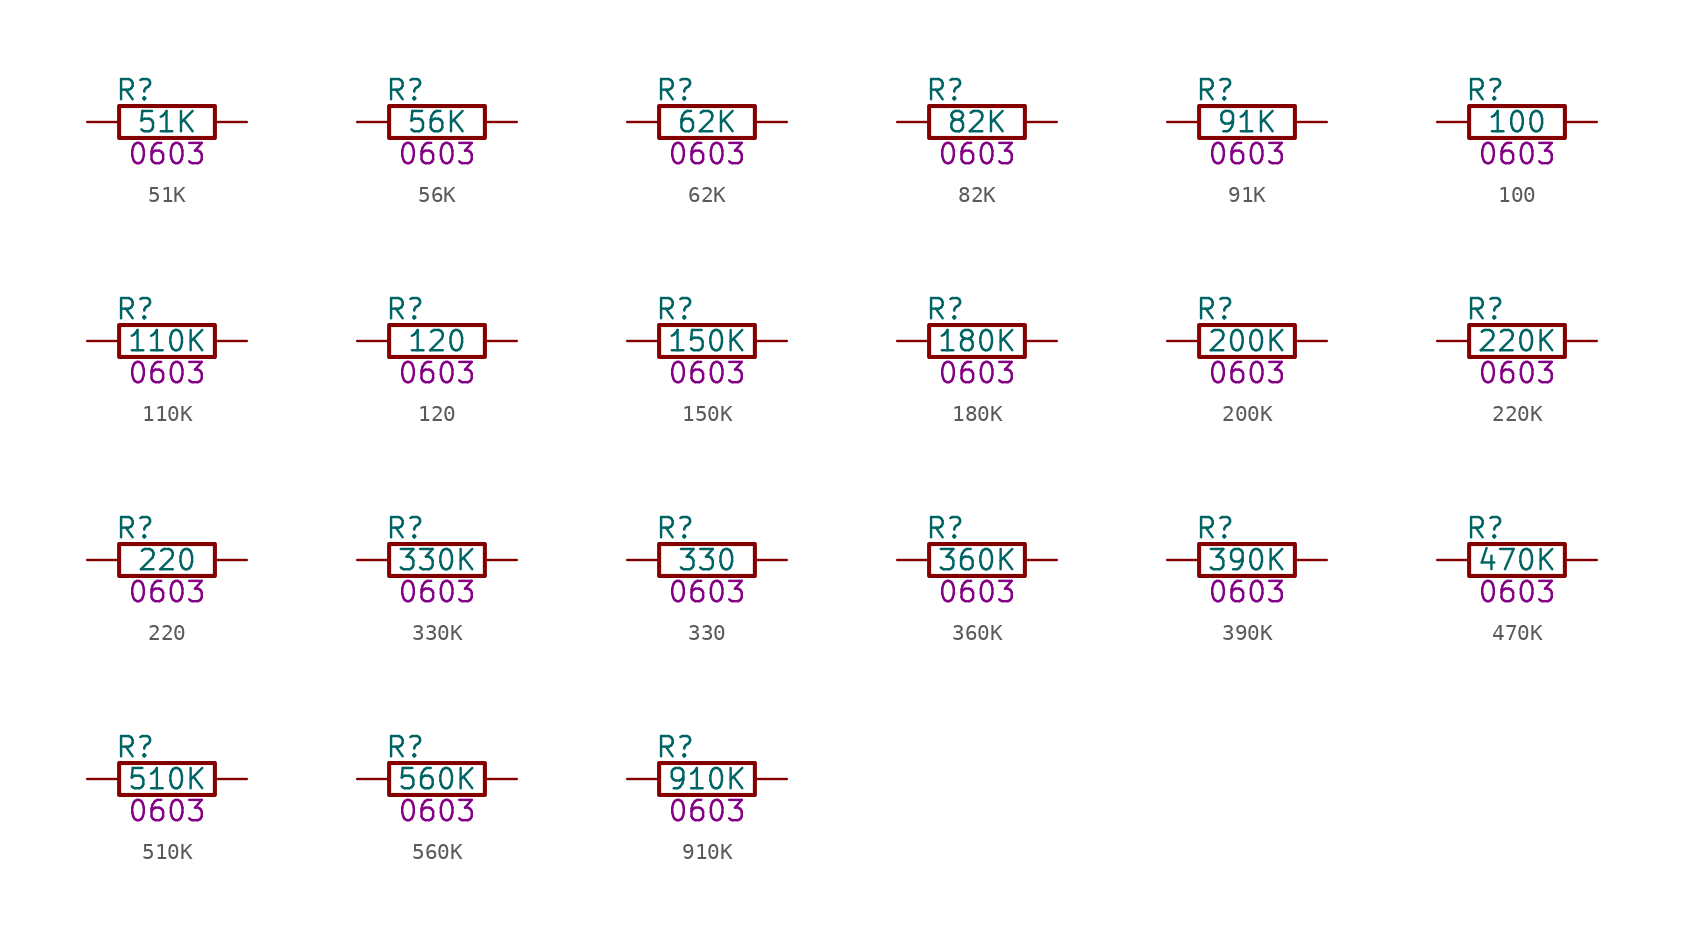
<source format=kicad_sym>
(kicad_symbol_lib
  (version 20211014)
  (generator kicad_symbol_editor)
  (symbol "51K"
    (pin_numbers hide)
    (pin_names hide)
    (property "Reference" "R"
      (at -2 1 0)
      (effects (font (size 1.27 1.27))))
    (property "Value" "51K"
      (at 0 -1 0)
      (effects (font (size 1.27 1.27))))
    (property "Size" "0603"
      (at 0 -3 0)
      (effects (font (size 1.27 1.27))))
    (symbol "51K_0_1"
      (rectangle (start -3 0) (end 3 -2) (stroke (width 0.254) (type default) (color 0 0 0 0)) (fill (type none))))
    (symbol "51K_1_1"
      (pin passive line (at -5 -1 0) (length 2) (name "~" (effects (font (size 1.27 1.27)))) (number "1" (effects (font (size 1.27 1.27)))))
      (pin passive line (at 5 -1 180) (length 2) (name "~" (effects (font (size 1.27 1.27)))) (number "2" (effects (font (size 1.27 1.27)))))))
  (symbol "56K"
    (pin_numbers hide)
    (pin_names hide)
    (property "Reference" "R"
      (at -2 1 0)
      (effects (font (size 1.27 1.27))))
    (property "Value" "56K"
      (at 0 -1 0)
      (effects (font (size 1.27 1.27))))
    (property "Size" "0603"
      (at 0 -3 0)
      (effects (font (size 1.27 1.27))))
    (symbol "56K_0_1"
      (rectangle (start -3 0) (end 3 -2) (stroke (width 0.254) (type default) (color 0 0 0 0)) (fill (type none))))
    (symbol "56K_1_1"
      (pin passive line (at -5 -1 0) (length 2) (name "~" (effects (font (size 1.27 1.27)))) (number "1" (effects (font (size 1.27 1.27)))))
      (pin passive line (at 5 -1 180) (length 2) (name "~" (effects (font (size 1.27 1.27)))) (number "2" (effects (font (size 1.27 1.27)))))))
  (symbol "62K"
    (pin_numbers hide)
    (pin_names hide)
    (property "Reference" "R"
      (at -2 1 0)
      (effects (font (size 1.27 1.27))))
    (property "Value" "62K"
      (at 0 -1 0)
      (effects (font (size 1.27 1.27))))
    (property "Size" "0603"
      (at 0 -3 0)
      (effects (font (size 1.27 1.27))))
    (symbol "62K_0_1"
      (rectangle (start -3 0) (end 3 -2) (stroke (width 0.254) (type default) (color 0 0 0 0)) (fill (type none))))
    (symbol "62K_1_1"
      (pin passive line (at -5 -1 0) (length 2) (name "~" (effects (font (size 1.27 1.27)))) (number "1" (effects (font (size 1.27 1.27)))))
      (pin passive line (at 5 -1 180) (length 2) (name "~" (effects (font (size 1.27 1.27)))) (number "2" (effects (font (size 1.27 1.27)))))))
  (symbol "82K"
    (pin_numbers hide)
    (pin_names hide)
    (property "Reference" "R"
      (at -2 1 0)
      (effects (font (size 1.27 1.27))))
    (property "Value" "82K"
      (at 0 -1 0)
      (effects (font (size 1.27 1.27))))
    (property "Size" "0603"
      (at 0 -3 0)
      (effects (font (size 1.27 1.27))))
    (symbol "82K_0_1"
      (rectangle (start -3 0) (end 3 -2) (stroke (width 0.254) (type default) (color 0 0 0 0)) (fill (type none))))
    (symbol "82K_1_1"
      (pin passive line (at -5 -1 0) (length 2) (name "~" (effects (font (size 1.27 1.27)))) (number "1" (effects (font (size 1.27 1.27)))))
      (pin passive line (at 5 -1 180) (length 2) (name "~" (effects (font (size 1.27 1.27)))) (number "2" (effects (font (size 1.27 1.27)))))))
  (symbol "91K"
    (pin_numbers hide)
    (pin_names hide)
    (property "Reference" "R"
      (at -2 1 0)
      (effects (font (size 1.27 1.27))))
    (property "Value" "91K"
      (at 0 -1 0)
      (effects (font (size 1.27 1.27))))
    (property "Size" "0603"
      (at 0 -3 0)
      (effects (font (size 1.27 1.27))))
    (symbol "91K_0_1"
      (rectangle (start -3 0) (end 3 -2) (stroke (width 0.254) (type default) (color 0 0 0 0)) (fill (type none))))
    (symbol "91K_1_1"
      (pin passive line (at -5 -1 0) (length 2) (name "~" (effects (font (size 1.27 1.27)))) (number "1" (effects (font (size 1.27 1.27)))))
      (pin passive line (at 5 -1 180) (length 2) (name "~" (effects (font (size 1.27 1.27)))) (number "2" (effects (font (size 1.27 1.27)))))))
  (symbol "100"
    (pin_numbers hide)
    (pin_names hide)
    (property "Reference" "R"
      (at -2 1 0)
      (effects (font (size 1.27 1.27))))
    (property "Value" "100"
      (at 0 -1 0)
      (effects (font (size 1.27 1.27))))
    (property "Size" "0603"
      (at 0 -3 0)
      (effects (font (size 1.27 1.27))))
    (symbol "100_0_1"
      (rectangle (start -3 0) (end 3 -2) (stroke (width 0.254) (type default) (color 0 0 0 0)) (fill (type none))))
    (symbol "100_1_1"
      (pin passive line (at -5 -1 0) (length 2) (name "~" (effects (font (size 1.27 1.27)))) (number "1" (effects (font (size 1.27 1.27)))))
      (pin passive line (at 5 -1 180) (length 2) (name "~" (effects (font (size 1.27 1.27)))) (number "2" (effects (font (size 1.27 1.27)))))))
  (symbol "110K"
    (pin_numbers hide)
    (pin_names hide)
    (property "Reference" "R"
      (at -2 1 0)
      (effects (font (size 1.27 1.27))))
    (property "Value" "110K"
      (at 0 -1 0)
      (effects (font (size 1.27 1.27))))
    (property "Size" "0603"
      (at 0 -3 0)
      (effects (font (size 1.27 1.27))))
    (symbol "110K_0_1"
      (rectangle (start -3 0) (end 3 -2) (stroke (width 0.254) (type default) (color 0 0 0 0)) (fill (type none))))
    (symbol "110K_1_1"
      (pin passive line (at -5 -1 0) (length 2) (name "~" (effects (font (size 1.27 1.27)))) (number "1" (effects (font (size 1.27 1.27)))))
      (pin passive line (at 5 -1 180) (length 2) (name "~" (effects (font (size 1.27 1.27)))) (number "2" (effects (font (size 1.27 1.27)))))))
  (symbol "120"
    (pin_numbers hide)
    (pin_names hide)
    (property "Reference" "R"
      (at -2 1 0)
      (effects (font (size 1.27 1.27))))
    (property "Value" "120"
      (at 0 -1 0)
      (effects (font (size 1.27 1.27))))
    (property "Size" "0603"
      (at 0 -3 0)
      (effects (font (size 1.27 1.27))))
    (symbol "120_0_1"
      (rectangle (start -3 0) (end 3 -2) (stroke (width 0.254) (type default) (color 0 0 0 0)) (fill (type none))))
    (symbol "120_1_1"
      (pin passive line (at -5 -1 0) (length 2) (name "~" (effects (font (size 1.27 1.27)))) (number "1" (effects (font (size 1.27 1.27)))))
      (pin passive line (at 5 -1 180) (length 2) (name "~" (effects (font (size 1.27 1.27)))) (number "2" (effects (font (size 1.27 1.27)))))))
  (symbol "150K"
    (pin_numbers hide)
    (pin_names hide)
    (property "Reference" "R"
      (at -2 1 0)
      (effects (font (size 1.27 1.27))))
    (property "Value" "150K"
      (at 0 -1 0)
      (effects (font (size 1.27 1.27))))
    (property "Size" "0603"
      (at 0 -3 0)
      (effects (font (size 1.27 1.27))))
    (symbol "150K_0_1"
      (rectangle (start -3 0) (end 3 -2) (stroke (width 0.254) (type default) (color 0 0 0 0)) (fill (type none))))
    (symbol "150K_1_1"
      (pin passive line (at -5 -1 0) (length 2) (name "~" (effects (font (size 1.27 1.27)))) (number "1" (effects (font (size 1.27 1.27)))))
      (pin passive line (at 5 -1 180) (length 2) (name "~" (effects (font (size 1.27 1.27)))) (number "2" (effects (font (size 1.27 1.27)))))))
  (symbol "180K"
    (pin_numbers hide)
    (pin_names hide)
    (property "Reference" "R"
      (at -2 1 0)
      (effects (font (size 1.27 1.27))))
    (property "Value" "180K"
      (at 0 -1 0)
      (effects (font (size 1.27 1.27))))
    (property "Size" "0603"
      (at 0 -3 0)
      (effects (font (size 1.27 1.27))))
    (symbol "180K_0_1"
      (rectangle (start -3 0) (end 3 -2) (stroke (width 0.254) (type default) (color 0 0 0 0)) (fill (type none))))
    (symbol "180K_1_1"
      (pin passive line (at -5 -1 0) (length 2) (name "~" (effects (font (size 1.27 1.27)))) (number "1" (effects (font (size 1.27 1.27)))))
      (pin passive line (at 5 -1 180) (length 2) (name "~" (effects (font (size 1.27 1.27)))) (number "2" (effects (font (size 1.27 1.27)))))))
  (symbol "200K"
    (pin_numbers hide)
    (pin_names hide)
    (property "Reference" "R"
      (at -2 1 0)
      (effects (font (size 1.27 1.27))))
    (property "Value" "200K"
      (at 0 -1 0)
      (effects (font (size 1.27 1.27))))
    (property "Size" "0603"
      (at 0 -3 0)
      (effects (font (size 1.27 1.27))))
    (symbol "200K_0_1"
      (rectangle (start -3 0) (end 3 -2) (stroke (width 0.254) (type default) (color 0 0 0 0)) (fill (type none))))
    (symbol "200K_1_1"
      (pin passive line (at -5 -1 0) (length 2) (name "~" (effects (font (size 1.27 1.27)))) (number "1" (effects (font (size 1.27 1.27)))))
      (pin passive line (at 5 -1 180) (length 2) (name "~" (effects (font (size 1.27 1.27)))) (number "2" (effects (font (size 1.27 1.27)))))))
  (symbol "220K"
    (pin_numbers hide)
    (pin_names hide)
    (property "Reference" "R"
      (at -2 1 0)
      (effects (font (size 1.27 1.27))))
    (property "Value" "220K"
      (at 0 -1 0)
      (effects (font (size 1.27 1.27))))
    (property "Size" "0603"
      (at 0 -3 0)
      (effects (font (size 1.27 1.27))))
    (symbol "220K_0_1"
      (rectangle (start -3 0) (end 3 -2) (stroke (width 0.254) (type default) (color 0 0 0 0)) (fill (type none))))
    (symbol "220K_1_1"
      (pin passive line (at -5 -1 0) (length 2) (name "~" (effects (font (size 1.27 1.27)))) (number "1" (effects (font (size 1.27 1.27)))))
      (pin passive line (at 5 -1 180) (length 2) (name "~" (effects (font (size 1.27 1.27)))) (number "2" (effects (font (size 1.27 1.27)))))))
  (symbol "220"
    (pin_numbers hide)
    (pin_names hide)
    (property "Reference" "R"
      (at -2 1 0)
      (effects (font (size 1.27 1.27))))
    (property "Value" "220"
      (at 0 -1 0)
      (effects (font (size 1.27 1.27))))
    (property "Size" "0603"
      (at 0 -3 0)
      (effects (font (size 1.27 1.27))))
    (symbol "220_0_1"
      (rectangle (start -3 0) (end 3 -2) (stroke (width 0.254) (type default) (color 0 0 0 0)) (fill (type none))))
    (symbol "220_1_1"
      (pin passive line (at -5 -1 0) (length 2) (name "~" (effects (font (size 1.27 1.27)))) (number "1" (effects (font (size 1.27 1.27)))))
      (pin passive line (at 5 -1 180) (length 2) (name "~" (effects (font (size 1.27 1.27)))) (number "2" (effects (font (size 1.27 1.27)))))))
  (symbol "330K"
    (pin_numbers hide)
    (pin_names hide)
    (property "Reference" "R"
      (at -2 1 0)
      (effects (font (size 1.27 1.27))))
    (property "Value" "330K"
      (at 0 -1 0)
      (effects (font (size 1.27 1.27))))
    (property "Size" "0603"
      (at 0 -3 0)
      (effects (font (size 1.27 1.27))))
    (symbol "330K_0_1"
      (rectangle (start -3 0) (end 3 -2) (stroke (width 0.254) (type default) (color 0 0 0 0)) (fill (type none))))
    (symbol "330K_1_1"
      (pin passive line (at -5 -1 0) (length 2) (name "~" (effects (font (size 1.27 1.27)))) (number "1" (effects (font (size 1.27 1.27)))))
      (pin passive line (at 5 -1 180) (length 2) (name "~" (effects (font (size 1.27 1.27)))) (number "2" (effects (font (size 1.27 1.27)))))))
  (symbol "330"
    (pin_numbers hide)
    (pin_names hide)
    (property "Reference" "R"
      (at -2 1 0)
      (effects (font (size 1.27 1.27))))
    (property "Value" "330"
      (at 0 -1 0)
      (effects (font (size 1.27 1.27))))
    (property "Size" "0603"
      (at 0 -3 0)
      (effects (font (size 1.27 1.27))))
    (symbol "330_0_1"
      (rectangle (start -3 0) (end 3 -2) (stroke (width 0.254) (type default) (color 0 0 0 0)) (fill (type none))))
    (symbol "330_1_1"
      (pin passive line (at -5 -1 0) (length 2) (name "~" (effects (font (size 1.27 1.27)))) (number "1" (effects (font (size 1.27 1.27)))))
      (pin passive line (at 5 -1 180) (length 2) (name "~" (effects (font (size 1.27 1.27)))) (number "2" (effects (font (size 1.27 1.27)))))))
  (symbol "360K"
    (pin_numbers hide)
    (pin_names hide)
    (property "Reference" "R"
      (at -2 1 0)
      (effects (font (size 1.27 1.27))))
    (property "Value" "360K"
      (at 0 -1 0)
      (effects (font (size 1.27 1.27))))
    (property "Size" "0603"
      (at 0 -3 0)
      (effects (font (size 1.27 1.27))))
    (symbol "360K_0_1"
      (rectangle (start -3 0) (end 3 -2) (stroke (width 0.254) (type default) (color 0 0 0 0)) (fill (type none))))
    (symbol "360K_1_1"
      (pin passive line (at -5 -1 0) (length 2) (name "~" (effects (font (size 1.27 1.27)))) (number "1" (effects (font (size 1.27 1.27)))))
      (pin passive line (at 5 -1 180) (length 2) (name "~" (effects (font (size 1.27 1.27)))) (number "2" (effects (font (size 1.27 1.27)))))))
  (symbol "390K"
    (pin_numbers hide)
    (pin_names hide)
    (property "Reference" "R"
      (at -2 1 0)
      (effects (font (size 1.27 1.27))))
    (property "Value" "390K"
      (at 0 -1 0)
      (effects (font (size 1.27 1.27))))
    (property "Size" "0603"
      (at 0 -3 0)
      (effects (font (size 1.27 1.27))))
    (symbol "390K_0_1"
      (rectangle (start -3 0) (end 3 -2) (stroke (width 0.254) (type default) (color 0 0 0 0)) (fill (type none))))
    (symbol "390K_1_1"
      (pin passive line (at -5 -1 0) (length 2) (name "~" (effects (font (size 1.27 1.27)))) (number "1" (effects (font (size 1.27 1.27)))))
      (pin passive line (at 5 -1 180) (length 2) (name "~" (effects (font (size 1.27 1.27)))) (number "2" (effects (font (size 1.27 1.27)))))))
  (symbol "470K"
    (pin_numbers hide)
    (pin_names hide)
    (property "Reference" "R"
      (at -2 1 0)
      (effects (font (size 1.27 1.27))))
    (property "Value" "470K"
      (at 0 -1 0)
      (effects (font (size 1.27 1.27))))
    (property "Size" "0603"
      (at 0 -3 0)
      (effects (font (size 1.27 1.27))))
    (symbol "470K_0_1"
      (rectangle (start -3 0) (end 3 -2) (stroke (width 0.254) (type default) (color 0 0 0 0)) (fill (type none))))
    (symbol "470K_1_1"
      (pin passive line (at -5 -1 0) (length 2) (name "~" (effects (font (size 1.27 1.27)))) (number "1" (effects (font (size 1.27 1.27)))))
      (pin passive line (at 5 -1 180) (length 2) (name "~" (effects (font (size 1.27 1.27)))) (number "2" (effects (font (size 1.27 1.27)))))))
  (symbol "510K"
    (pin_numbers hide)
    (pin_names hide)
    (property "Reference" "R"
      (at -2 1 0)
      (effects (font (size 1.27 1.27))))
    (property "Value" "510K"
      (at 0 -1 0)
      (effects (font (size 1.27 1.27))))
    (property "Size" "0603"
      (at 0 -3 0)
      (effects (font (size 1.27 1.27))))
    (symbol "510K_0_1"
      (rectangle (start -3 0) (end 3 -2) (stroke (width 0.254) (type default) (color 0 0 0 0)) (fill (type none))))
    (symbol "510K_1_1"
      (pin passive line (at -5 -1 0) (length 2) (name "~" (effects (font (size 1.27 1.27)))) (number "1" (effects (font (size 1.27 1.27)))))
      (pin passive line (at 5 -1 180) (length 2) (name "~" (effects (font (size 1.27 1.27)))) (number "2" (effects (font (size 1.27 1.27)))))))
  (symbol "560K"
    (pin_numbers hide)
    (pin_names hide)
    (property "Reference" "R"
      (at -2 1 0)
      (effects (font (size 1.27 1.27))))
    (property "Value" "560K"
      (at 0 -1 0)
      (effects (font (size 1.27 1.27))))
    (property "Size" "0603"
      (at 0 -3 0)
      (effects (font (size 1.27 1.27))))
    (symbol "560K_0_1"
      (rectangle (start -3 0) (end 3 -2) (stroke (width 0.254) (type default) (color 0 0 0 0)) (fill (type none))))
    (symbol "560K_1_1"
      (pin passive line (at -5 -1 0) (length 2) (name "~" (effects (font (size 1.27 1.27)))) (number "1" (effects (font (size 1.27 1.27)))))
      (pin passive line (at 5 -1 180) (length 2) (name "~" (effects (font (size 1.27 1.27)))) (number "2" (effects (font (size 1.27 1.27)))))))
  (symbol "910K"
    (pin_numbers hide)
    (pin_names hide)
    (property "Reference" "R"
      (at -2 1 0)
      (effects (font (size 1.27 1.27))))
    (property "Value" "910K"
      (at 0 -1 0)
      (effects (font (size 1.27 1.27))))
    (property "Size" "0603"
      (at 0 -3 0)
      (effects (font (size 1.27 1.27))))
    (symbol "910K_0_1"
      (rectangle (start -3 0) (end 3 -2) (stroke (width 0.254) (type default) (color 0 0 0 0)) (fill (type none))))
    (symbol "910K_1_1"
      (pin passive line (at -5 -1 0) (length 2) (name "~" (effects (font (size 1.27 1.27)))) (number "1" (effects (font (size 1.27 1.27)))))
      (pin passive line (at 5 -1 180) (length 2) (name "~" (effects (font (size 1.27 1.27)))) (number "2" (effects (font (size 1.27 1.27))))))))
</source>
